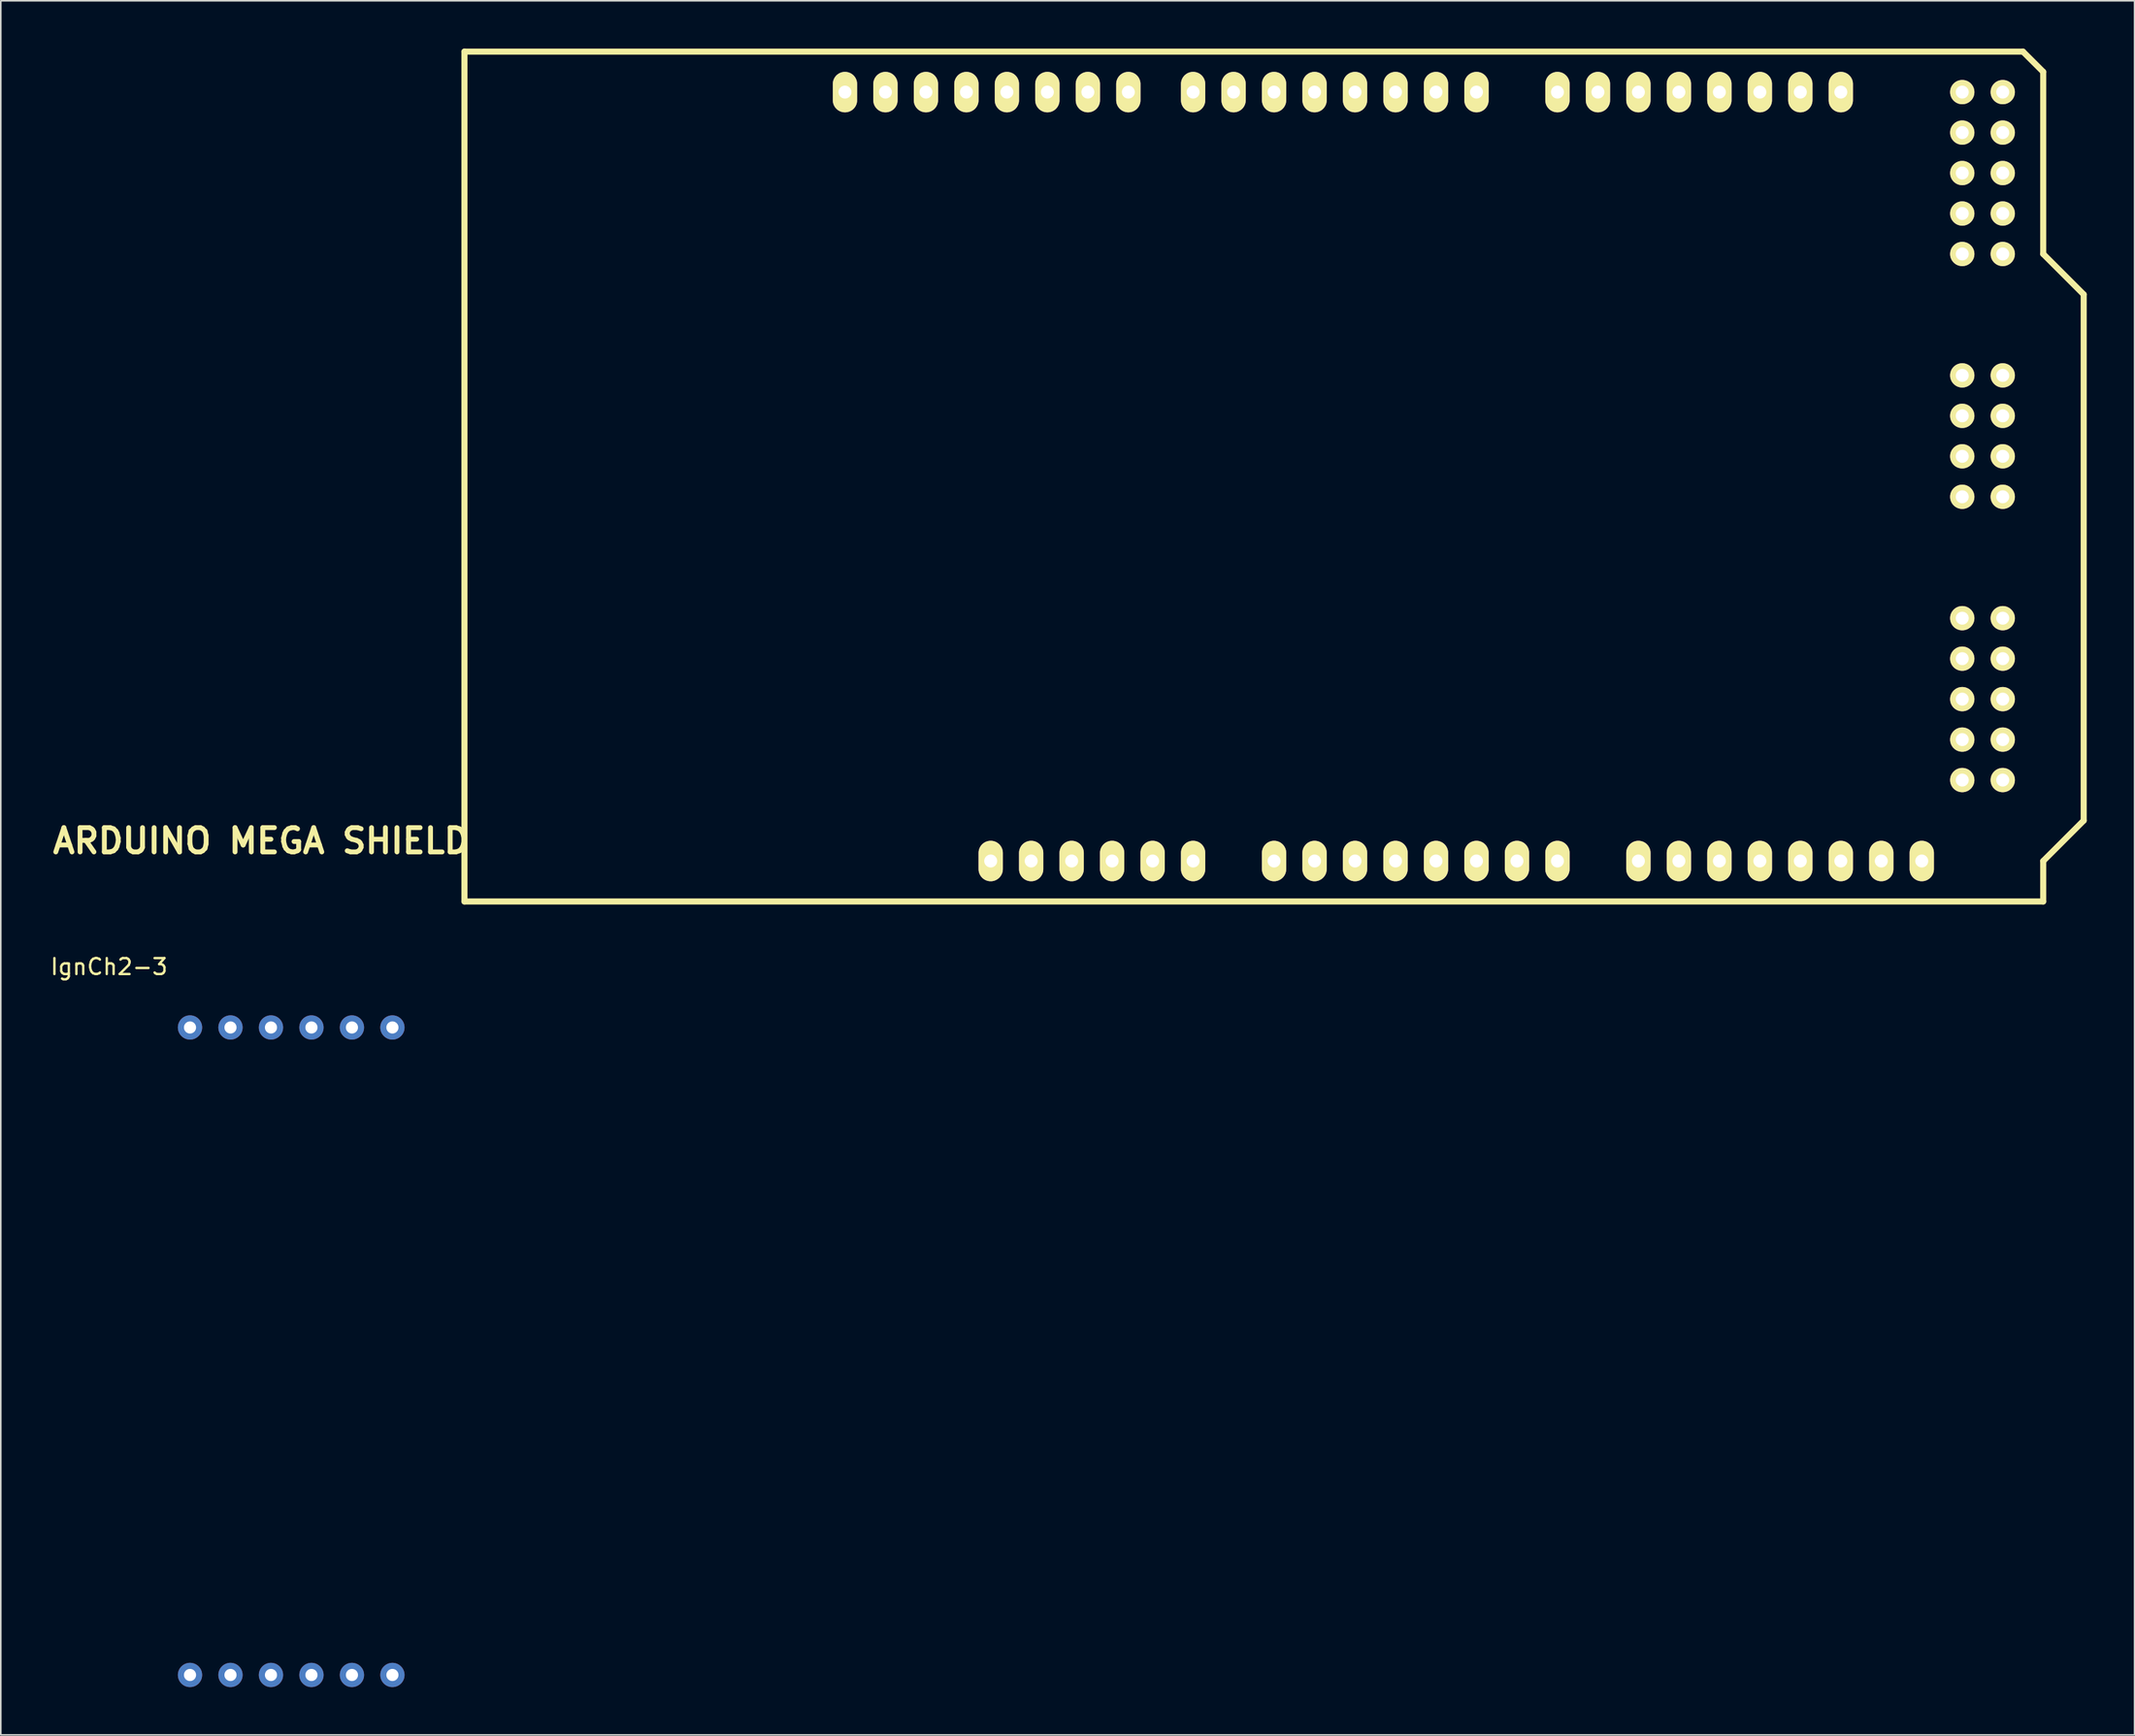
<source format=kicad_pcb>
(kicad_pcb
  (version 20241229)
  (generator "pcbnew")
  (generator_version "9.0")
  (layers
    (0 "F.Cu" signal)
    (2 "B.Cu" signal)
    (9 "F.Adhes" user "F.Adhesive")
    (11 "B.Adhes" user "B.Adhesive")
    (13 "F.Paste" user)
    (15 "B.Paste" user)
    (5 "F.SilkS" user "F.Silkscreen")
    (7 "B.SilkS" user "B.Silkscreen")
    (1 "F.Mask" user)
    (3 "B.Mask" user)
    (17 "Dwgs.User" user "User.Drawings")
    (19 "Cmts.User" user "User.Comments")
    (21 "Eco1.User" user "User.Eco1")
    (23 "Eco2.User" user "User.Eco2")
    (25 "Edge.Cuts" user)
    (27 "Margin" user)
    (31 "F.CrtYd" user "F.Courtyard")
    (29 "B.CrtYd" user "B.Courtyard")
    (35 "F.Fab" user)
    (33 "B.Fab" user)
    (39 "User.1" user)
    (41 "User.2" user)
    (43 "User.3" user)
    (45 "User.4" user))
  (footprint "ARDUINO MEGA SHIELD"
    (layer "F.Cu")
    (at 26.091 53.531)
    (property "Reference" "ARDUINO MEGA SHIELD" (at -12.76 -3.8 0) (layer "F.SilkS") (effects (font (size 1.524 1.524) (thickness 0.305))))
    (attr through_hole)
    (fp_line (start 0 0) (end 0 -53.34) (stroke (width 0.381) (type solid)) (layer "F.SilkS"))
    (fp_line (start 97.79 -53.34) (end 0 -53.34) (stroke (width 0.381) (type solid)) (layer "F.SilkS"))
    (fp_line (start 99.06 -52.07) (end 97.79 -53.34) (stroke (width 0.381) (type solid)) (layer "F.SilkS"))
    (fp_line (start 99.06 -40.64) (end 99.06 -52.07) (stroke (width 0.381) (type solid)) (layer "F.SilkS"))
    (fp_line (start 99.06 -40.64) (end 101.6 -38.1) (stroke (width 0.381) (type solid)) (layer "F.SilkS"))
    (fp_line (start 99.06 -2.54) (end 99.06 0) (stroke (width 0.381) (type solid)) (layer "F.SilkS"))
    (fp_line (start 99.06 0) (end 0 0) (stroke (width 0.381) (type solid)) (layer "F.SilkS"))
    (fp_line (start 101.6 -38.1) (end 101.6 -5.08) (stroke (width 0.381) (type solid)) (layer "F.SilkS"))
    (fp_line (start 101.6 -5.08) (end 99.06 -2.54) (stroke (width 0.381) (type solid)) (layer "F.SilkS"))
    (pad "0" thru_hole oval (at 63.5 -50.8 90) (size 2.54 1.524) (drill 0.813) (layers "*.Cu" "*.Mask" "F.SilkS"))
    (pad "1" thru_hole oval (at 60.96 -50.8 90) (size 2.54 1.524) (drill 0.813) (layers "*.Cu" "*.Mask" "F.SilkS"))
    (pad "2" thru_hole oval (at 58.42 -50.8 90) (size 2.54 1.524) (drill 0.813) (layers "*.Cu" "*.Mask" "F.SilkS"))
    (pad "3" thru_hole oval (at 55.88 -50.8 90) (size 2.54 1.524) (drill 0.813) (layers "*.Cu" "*.Mask" "F.SilkS"))
    (pad "3V3" thru_hole oval (at 35.56 -2.54 90) (size 2.54 1.524) (drill 0.813) (layers "*.Cu" "*.Mask" "F.SilkS"))
    (pad "4" thru_hole oval (at 53.34 -50.8 90) (size 2.54 1.524) (drill 0.813) (layers "*.Cu" "*.Mask" "F.SilkS"))
    (pad "5" thru_hole oval (at 50.8 -50.8 90) (size 2.54 1.524) (drill 0.813) (layers "*.Cu" "*.Mask" "F.SilkS"))
    (pad "5V" thru_hole oval (at 38.1 -2.54 90) (size 2.54 1.524) (drill 0.813) (layers "*.Cu" "*.Mask" "F.SilkS"))
    (pad "5V_4" thru_hole circle (at 93.98 -50.8) (size 1.524 1.524) (drill 0.813) (layers "*.Cu" "*.Mask" "F.SilkS"))
    (pad "5V_5" thru_hole circle (at 96.52 -50.8) (size 1.524 1.524) (drill 0.813) (layers "*.Cu" "*.Mask" "F.SilkS"))
    (pad "6" thru_hole oval (at 48.26 -50.8 90) (size 2.54 1.524) (drill 0.813) (layers "*.Cu" "*.Mask" "F.SilkS"))
    (pad "7" thru_hole oval (at 45.72 -50.8 90) (size 2.54 1.524) (drill 0.813) (layers "*.Cu" "*.Mask" "F.SilkS"))
    (pad "8" thru_hole oval (at 41.656 -50.8 90) (size 2.54 1.524) (drill 0.813) (layers "*.Cu" "*.Mask" "F.SilkS"))
    (pad "9" thru_hole oval (at 39.116 -50.8 90) (size 2.54 1.524) (drill 0.813) (layers "*.Cu" "*.Mask" "F.SilkS"))
    (pad "10" thru_hole oval (at 36.576 -50.8 90) (size 2.54 1.524) (drill 0.813) (layers "*.Cu" "*.Mask" "F.SilkS"))
    (pad "11" thru_hole oval (at 34.036 -50.8 90) (size 2.54 1.524) (drill 0.813) (layers "*.Cu" "*.Mask" "F.SilkS"))
    (pad "12" thru_hole oval (at 31.496 -50.8 90) (size 2.54 1.524) (drill 0.813) (layers "*.Cu" "*.Mask" "F.SilkS"))
    (pad "13" thru_hole oval (at 28.956 -50.8 90) (size 2.54 1.524) (drill 0.813) (layers "*.Cu" "*.Mask" "F.SilkS"))
    (pad "14" thru_hole oval (at 68.58 -50.8 90) (size 2.54 1.524) (drill 0.813) (layers "*.Cu" "*.Mask" "F.SilkS"))
    (pad "15" thru_hole oval (at 71.12 -50.8 90) (size 2.54 1.524) (drill 0.813) (layers "*.Cu" "*.Mask" "F.SilkS"))
    (pad "16" thru_hole oval (at 73.66 -50.8 90) (size 2.54 1.524) (drill 0.813) (layers "*.Cu" "*.Mask" "F.SilkS"))
    (pad "17" thru_hole oval (at 76.2 -50.8 90) (size 2.54 1.524) (drill 0.813) (layers "*.Cu" "*.Mask" "F.SilkS"))
    (pad "18" thru_hole oval (at 78.74 -50.8 90) (size 2.54 1.524) (drill 0.813) (layers "*.Cu" "*.Mask" "F.SilkS"))
    (pad "19" thru_hole oval (at 81.28 -50.8 90) (size 2.54 1.524) (drill 0.813) (layers "*.Cu" "*.Mask" "F.SilkS"))
    (pad "20" thru_hole oval (at 83.82 -50.8 90) (size 2.54 1.524) (drill 0.813) (layers "*.Cu" "*.Mask" "F.SilkS"))
    (pad "21" thru_hole oval (at 86.36 -50.8 90) (size 2.54 1.524) (drill 0.813) (layers "*.Cu" "*.Mask" "F.SilkS"))
    (pad "22" thru_hole circle (at 93.98 -48.26) (size 1.524 1.524) (drill 0.813) (layers "*.Cu" "*.Mask" "F.SilkS"))
    (pad "23" thru_hole circle (at 96.52 -48.26) (size 1.524 1.524) (drill 0.813) (layers "*.Cu" "*.Mask" "F.SilkS"))
    (pad "24" thru_hole circle (at 93.98 -45.72) (size 1.524 1.524) (drill 0.813) (layers "*.Cu" "*.Mask" "F.SilkS"))
    (pad "25" thru_hole circle (at 96.52 -45.72) (size 1.524 1.524) (drill 0.813) (layers "*.Cu" "*.Mask" "F.SilkS"))
    (pad "26" thru_hole circle (at 93.98 -43.18) (size 1.524 1.524) (drill 0.813) (layers "*.Cu" "*.Mask" "F.SilkS"))
    (pad "27" thru_hole circle (at 96.52 -43.18) (size 1.524 1.524) (drill 0.813) (layers "*.Cu" "*.Mask" "F.SilkS"))
    (pad "28" thru_hole circle (at 93.98 -40.64) (size 1.524 1.524) (drill 0.813) (layers "*.Cu" "*.Mask" "F.SilkS"))
    (pad "29" thru_hole circle (at 96.52 -40.64) (size 1.524 1.524) (drill 0.813) (layers "*.Cu" "*.Mask" "F.SilkS"))
    (pad "34" thru_hole circle (at 93.98 -33.02) (size 1.524 1.524) (drill 0.813) (layers "*.Cu" "*.Mask" "F.SilkS"))
    (pad "35" thru_hole circle (at 96.52 -33.02) (size 1.524 1.524) (drill 0.813) (layers "*.Cu" "*.Mask" "F.SilkS"))
    (pad "36" thru_hole circle (at 93.98 -30.48) (size 1.524 1.524) (drill 0.813) (layers "*.Cu" "*.Mask" "F.SilkS"))
    (pad "37" thru_hole circle (at 96.52 -30.48) (size 1.524 1.524) (drill 0.813) (layers "*.Cu" "*.Mask" "F.SilkS"))
    (pad "38" thru_hole circle (at 93.98 -27.94) (size 1.524 1.524) (drill 0.813) (layers "*.Cu" "*.Mask" "F.SilkS"))
    (pad "39" thru_hole circle (at 96.52 -27.94) (size 1.524 1.524) (drill 0.813) (layers "*.Cu" "*.Mask" "F.SilkS"))
    (pad "40" thru_hole circle (at 93.98 -25.4) (size 1.524 1.524) (drill 0.813) (layers "*.Cu" "*.Mask" "F.SilkS"))
    (pad "41" thru_hole circle (at 96.52 -25.4) (size 1.524 1.524) (drill 0.813) (layers "*.Cu" "*.Mask" "F.SilkS"))
    (pad "46" thru_hole circle (at 93.98 -17.78) (size 1.524 1.524) (drill 0.813) (layers "*.Cu" "*.Mask" "F.SilkS"))
    (pad "47" thru_hole circle (at 96.52 -17.78) (size 1.524 1.524) (drill 0.813) (layers "*.Cu" "*.Mask" "F.SilkS"))
    (pad "48" thru_hole circle (at 93.98 -15.24) (size 1.524 1.524) (drill 0.813) (layers "*.Cu" "*.Mask" "F.SilkS"))
    (pad "49" thru_hole circle (at 96.52 -15.24) (size 1.524 1.524) (drill 0.813) (layers "*.Cu" "*.Mask" "F.SilkS"))
    (pad "50" thru_hole circle (at 93.98 -12.7) (size 1.524 1.524) (drill 0.813) (layers "*.Cu" "*.Mask" "F.SilkS"))
    (pad "51" thru_hole circle (at 96.52 -12.7) (size 1.524 1.524) (drill 0.813) (layers "*.Cu" "*.Mask" "F.SilkS"))
    (pad "52" thru_hole circle (at 93.98 -10.16) (size 1.524 1.524) (drill 0.813) (layers "*.Cu" "*.Mask" "F.SilkS"))
    (pad "53" thru_hole circle (at 96.52 -10.16) (size 1.524 1.524) (drill 0.813) (layers "*.Cu" "*.Mask" "F.SilkS"))
    (pad "AD0" thru_hole oval (at 50.8 -2.54 90) (size 2.54 1.524) (drill 0.813) (layers "*.Cu" "*.Mask" "F.SilkS"))
    (pad "AD1" thru_hole oval (at 53.34 -2.54 90) (size 2.54 1.524) (drill 0.813) (layers "*.Cu" "*.Mask" "F.SilkS"))
    (pad "AD2" thru_hole oval (at 55.88 -2.54 90) (size 2.54 1.524) (drill 0.813) (layers "*.Cu" "*.Mask" "F.SilkS"))
    (pad "AD3" thru_hole oval (at 58.42 -2.54 90) (size 2.54 1.524) (drill 0.813) (layers "*.Cu" "*.Mask" "F.SilkS"))
    (pad "AD4" thru_hole oval (at 60.96 -2.54 90) (size 2.54 1.524) (drill 0.813) (layers "*.Cu" "*.Mask" "F.SilkS"))
    (pad "AD5" thru_hole oval (at 63.5 -2.54 90) (size 2.54 1.524) (drill 0.813) (layers "*.Cu" "*.Mask" "F.SilkS"))
    (pad "AD6" thru_hole oval (at 66.04 -2.54 90) (size 2.54 1.524) (drill 0.813) (layers "*.Cu" "*.Mask" "F.SilkS"))
    (pad "AD7" thru_hole oval (at 68.58 -2.54 90) (size 2.54 1.524) (drill 0.813) (layers "*.Cu" "*.Mask" "F.SilkS"))
    (pad "AD8" thru_hole oval (at 73.66 -2.54 90) (size 2.54 1.524) (drill 0.813) (layers "*.Cu" "*.Mask" "F.SilkS"))
    (pad "AD9" thru_hole oval (at 76.2 -2.54 90) (size 2.54 1.524) (drill 0.813) (layers "*.Cu" "*.Mask" "F.SilkS"))
    (pad "AD10" thru_hole oval (at 78.74 -2.54 90) (size 2.54 1.524) (drill 0.813) (layers "*.Cu" "*.Mask" "F.SilkS"))
    (pad "AD11" thru_hole oval (at 81.28 -2.54 90) (size 2.54 1.524) (drill 0.813) (layers "*.Cu" "*.Mask" "F.SilkS"))
    (pad "AD12" thru_hole oval (at 83.82 -2.54 90) (size 2.54 1.524) (drill 0.813) (layers "*.Cu" "*.Mask" "F.SilkS"))
    (pad "AD13" thru_hole oval (at 86.36 -2.54 90) (size 2.54 1.524) (drill 0.813) (layers "*.Cu" "*.Mask" "F.SilkS"))
    (pad "AD14" thru_hole oval (at 88.9 -2.54 90) (size 2.54 1.524) (drill 0.813) (layers "*.Cu" "*.Mask" "F.SilkS"))
    (pad "AD15" thru_hole oval (at 91.44 -2.54 90) (size 2.54 1.524) (drill 0.813) (layers "*.Cu" "*.Mask" "F.SilkS"))
    (pad "AREF" thru_hole oval (at 23.876 -50.8 90) (size 2.54 1.524) (drill 0.813) (layers "*.Cu" "*.Mask" "F.SilkS"))
    (pad "GND1" thru_hole oval (at 40.64 -2.54 90) (size 2.54 1.524) (drill 0.813) (layers "*.Cu" "*.Mask" "F.SilkS"))
    (pad "GND2" thru_hole oval (at 43.18 -2.54 90) (size 2.54 1.524) (drill 0.813) (layers "*.Cu" "*.Mask" "F.SilkS"))
    (pad "GND3" thru_hole oval (at 26.416 -50.8 90) (size 2.54 1.524) (drill 0.813) (layers "*.Cu" "*.Mask" "F.SilkS"))
    (pad "GND4" thru_hole circle (at 93.98 -7.62) (size 1.524 1.524) (drill 0.813) (layers "*.Cu" "*.Mask" "F.SilkS"))
    (pad "GND5" thru_hole circle (at 96.52 -7.62) (size 1.524 1.524) (drill 0.813) (layers "*.Cu" "*.Mask" "F.SilkS"))
    (pad "RST" thru_hole oval (at 33.02 -2.54 90) (size 2.54 1.524) (drill 0.813) (layers "*.Cu" "*.Mask" "F.SilkS"))
    (pad "V_IN" thru_hole oval (at 45.72 -2.54 90) (size 2.54 1.524) (drill 0.813) (layers "*.Cu" "*.Mask" "F.SilkS")))
  (footprint "IgnCh2-3"
    (layer "F.Cu")
    (at 8.872 61.439)
    (property "Reference" "IgnCh2-3" (at -5.08 -3.81 0) (layer "F.SilkS") (effects (font (size 1 1) (thickness 0.15))))
    (attr through_hole)
    (pad "1" thru_hole circle (at 0 0) (size 1.524 1.524) (drill 0.762) (layers "*.Cu" "*.Mask"))
    (pad "2" thru_hole circle (at 2.54 0) (size 1.524 1.524) (drill 0.762) (layers "*.Cu" "*.Mask"))
    (pad "3" thru_hole circle (at 5.08 0) (size 1.524 1.524) (drill 0.762) (layers "*.Cu" "*.Mask"))
    (pad "4" thru_hole circle (at 7.62 0) (size 1.524 1.524) (drill 0.762) (layers "*.Cu" "*.Mask"))
    (pad "5" thru_hole circle (at 10.16 0) (size 1.524 1.524) (drill 0.762) (layers "*.Cu" "*.Mask"))
    (pad "6" thru_hole circle (at 12.7 0) (size 1.524 1.524) (drill 0.762) (layers "*.Cu" "*.Mask"))
    (pad "7" thru_hole circle (at 0 40.64) (size 1.524 1.524) (drill 0.762) (layers "*.Cu" "*.Mask"))
    (pad "8" thru_hole circle (at 2.54 40.64) (size 1.524 1.524) (drill 0.762) (layers "*.Cu" "*.Mask"))
    (pad "9" thru_hole circle (at 5.08 40.64) (size 1.524 1.524) (drill 0.762) (layers "*.Cu" "*.Mask"))
    (pad "10" thru_hole circle (at 7.62 40.64) (size 1.524 1.524) (drill 0.762) (layers "*.Cu" "*.Mask"))
    (pad "11" thru_hole circle (at 10.16 40.64) (size 1.524 1.524) (drill 0.762) (layers "*.Cu" "*.Mask"))
    (pad "12" thru_hole circle (at 12.7 40.64) (size 1.524 1.524) (drill 0.762) (layers "*.Cu" "*.Mask")))
  (gr_rect
    (start -3 -3)
    (end 130.882 105.841)
    (stroke (width 0.1) (type default))
    (fill no)
    (layer "Edge.Cuts")))
</source>
